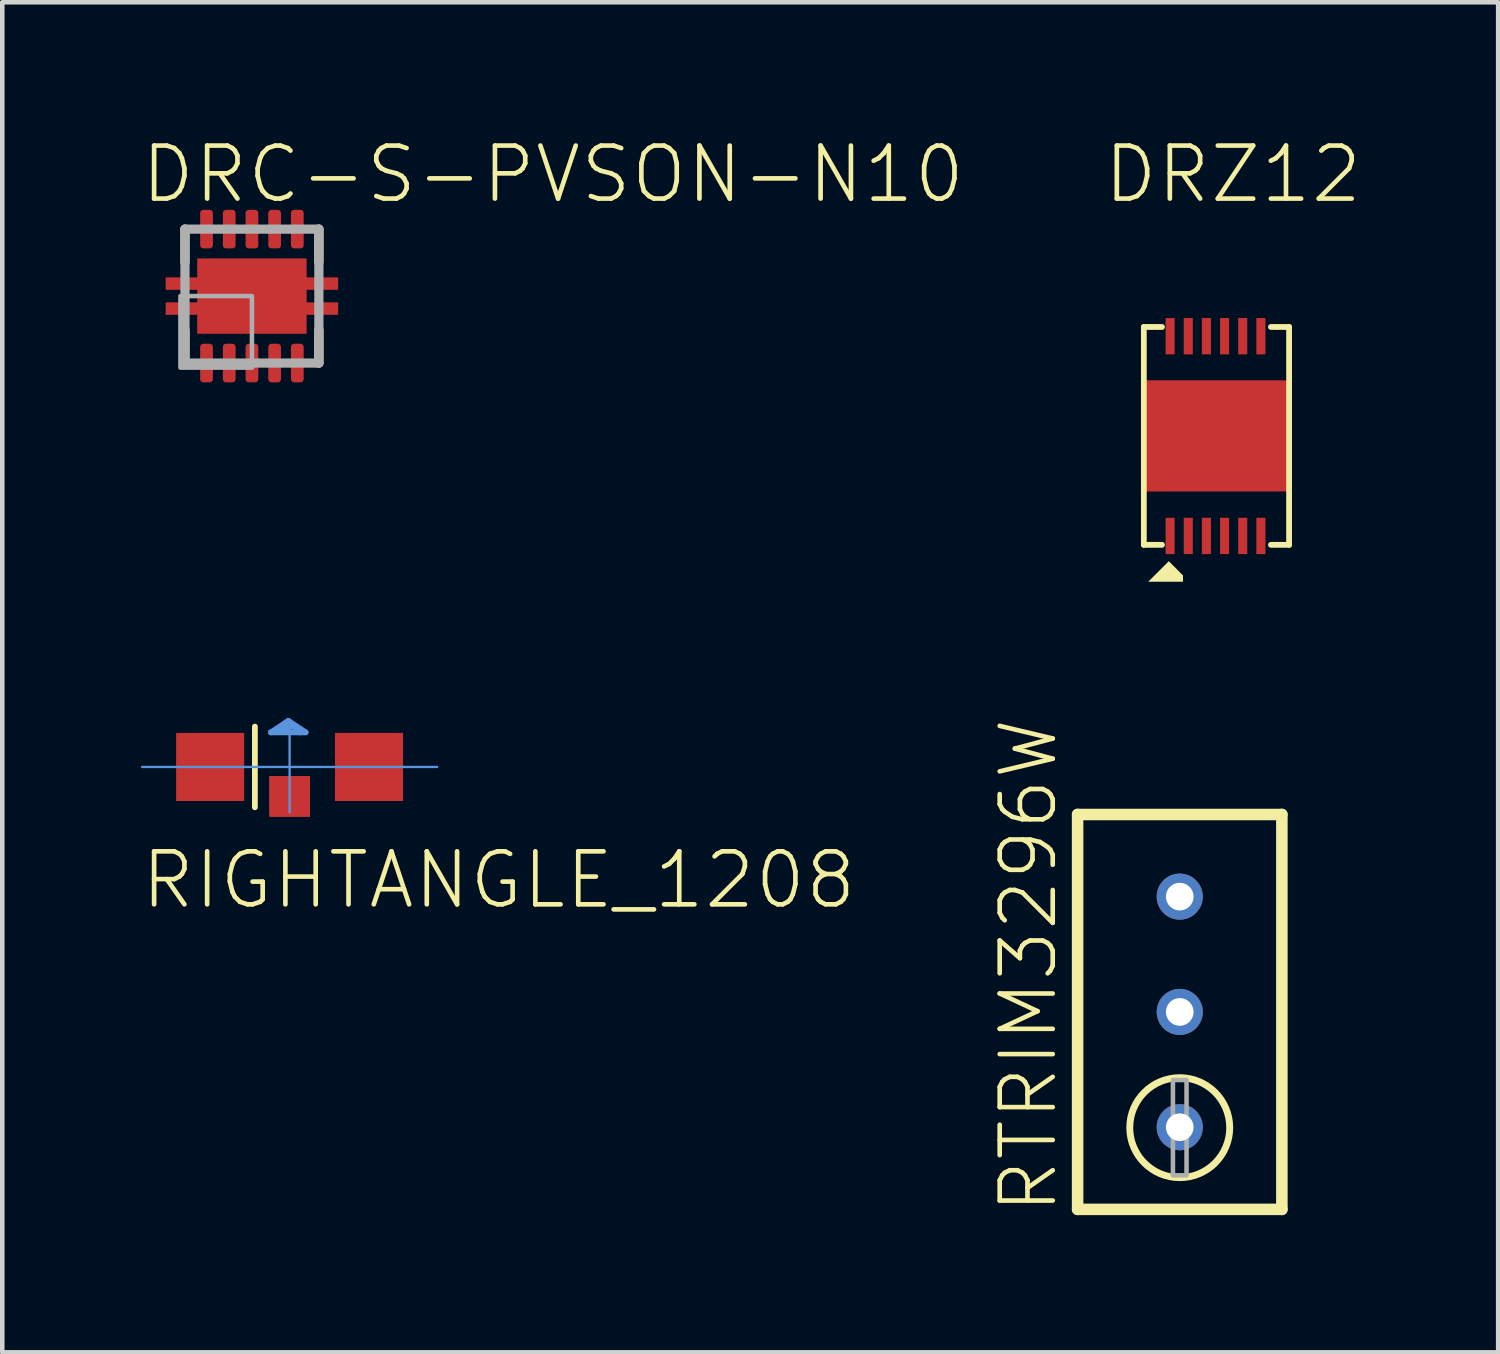
<source format=kicad_pcb>
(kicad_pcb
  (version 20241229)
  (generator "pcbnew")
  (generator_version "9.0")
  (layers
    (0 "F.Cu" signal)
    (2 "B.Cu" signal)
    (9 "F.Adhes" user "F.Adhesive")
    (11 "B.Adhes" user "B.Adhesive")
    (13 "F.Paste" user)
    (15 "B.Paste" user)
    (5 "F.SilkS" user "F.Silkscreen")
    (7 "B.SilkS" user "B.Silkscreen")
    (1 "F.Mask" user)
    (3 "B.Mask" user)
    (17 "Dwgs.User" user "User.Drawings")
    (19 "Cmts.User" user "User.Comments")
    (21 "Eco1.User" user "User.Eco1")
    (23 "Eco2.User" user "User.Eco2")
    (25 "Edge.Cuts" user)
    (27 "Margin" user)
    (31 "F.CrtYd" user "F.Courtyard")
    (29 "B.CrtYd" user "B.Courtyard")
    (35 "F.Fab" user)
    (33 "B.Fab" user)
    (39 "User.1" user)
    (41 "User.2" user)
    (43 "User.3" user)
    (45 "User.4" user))
  (footprint "RTRIM3296W"
    (layer "F.Cu")
    (at 22.94 19.243)
    (property "Reference" "RTRIM3296W" (at -2.65 4.5 90) (unlocked yes) (layer "F.SilkS") (effects (font (size 1.168 1.168) (thickness 0.102)) (justify left bottom)))
    (fp_line (start -2.25 -4.35) (end 2.25 -4.35) (stroke (width 0.254) (type solid)) (layer "F.SilkS"))
    (fp_line (start -2.25 4.35) (end -2.25 -4.35) (stroke (width 0.254) (type solid)) (layer "F.SilkS"))
    (fp_line (start 2.25 -4.35) (end 2.25 4.35) (stroke (width 0.254) (type solid)) (layer "F.SilkS"))
    (fp_line (start 2.25 4.35) (end -2.25 4.35) (stroke (width 0.254) (type solid)) (layer "F.SilkS"))
    (fp_circle (center 0 2.55) (end 1.101 2.55) (stroke (width 0.152) (type solid)) (fill no) (layer "F.SilkS"))
    (fp_poly (pts (xy -0.15 3.6) (xy 0.15 3.6) (xy 0.15 1.5) (xy -0.15 1.5)) (stroke (width 0.1) (type default)) (fill no) (layer "F.Fab"))
    (pad "1" thru_hole circle (at 0 2.54) (size 1.016 1.016) (drill 0.61) (layers "*.Cu" "*.Mask"))
    (pad "2" thru_hole circle (at 0 0) (size 1.016 1.016) (drill 0.61) (layers "*.Cu" "*.Mask"))
    (pad "3" thru_hole circle (at 0 -2.54) (size 1.016 1.016) (drill 0.61) (layers "*.Cu" "*.Mask")))
  (footprint "DRZ12"
    (layer "F.Cu")
    (at 23.749 6.553)
    (property "Reference" "DRZ12" (at -2.54 -5.08 0) (unlocked yes) (layer "F.SilkS") (effects (font (size 1.168 1.168) (thickness 0.102)) (justify left bottom)))
    (fp_line (start -1.6 -2.4) (end -1.6 2.4) (stroke (width 0.127) (type solid)) (layer "F.SilkS"))
    (fp_line (start -1.6 2.4) (end -1.2 2.4) (stroke (width 0.127) (type solid)) (layer "F.SilkS"))
    (fp_line (start -1.2 -2.4) (end -1.6 -2.4) (stroke (width 0.127) (type solid)) (layer "F.SilkS"))
    (fp_line (start 1.2 -2.4) (end 1.6 -2.4) (stroke (width 0.127) (type solid)) (layer "F.SilkS"))
    (fp_line (start 1.6 -2.4) (end 1.6 2.4) (stroke (width 0.127) (type solid)) (layer "F.SilkS"))
    (fp_line (start 1.6 2.4) (end 1.2 2.4) (stroke (width 0.127) (type solid)) (layer "F.SilkS"))
    (fp_poly (pts (xy -0.737 3.074) (xy -0.737 3.213) (xy -1.503 3.213) (xy -1.05 2.76)) (stroke (width 0) (type default)) (fill yes) (layer "F.SilkS"))
    (pad "1" smd rect (at -1.021 2.204 90) (size 0.8 0.2) (layers "F.Cu" "F.Mask" "F.Paste"))
    (pad "2" smd rect (at -0.621 2.204 90) (size 0.8 0.2) (layers "F.Cu" "F.Mask" "F.Paste"))
    (pad "3" smd rect (at -0.221 2.204 90) (size 0.8 0.2) (layers "F.Cu" "F.Mask" "F.Paste"))
    (pad "4" smd rect (at 0.179 2.204 90) (size 0.8 0.2) (layers "F.Cu" "F.Mask" "F.Paste"))
    (pad "5" smd rect (at 0.579 2.204 90) (size 0.8 0.2) (layers "F.Cu" "F.Mask" "F.Paste"))
    (pad "6" smd rect (at 0.979 2.204 90) (size 0.8 0.2) (layers "F.Cu" "F.Mask" "F.Paste"))
    (pad "7" smd rect (at 0.979 -2.196 90) (size 0.8 0.2) (layers "F.Cu" "F.Mask" "F.Paste"))
    (pad "8" smd rect (at 0.579 -2.196 90) (size 0.8 0.2) (layers "F.Cu" "F.Mask" "F.Paste"))
    (pad "9" smd rect (at 0.179 -2.196 90) (size 0.8 0.2) (layers "F.Cu" "F.Mask" "F.Paste"))
    (pad "10" smd rect (at -0.221 -2.196 90) (size 0.8 0.2) (layers "F.Cu" "F.Mask" "F.Paste"))
    (pad "11" smd rect (at -0.621 -2.196 90) (size 0.8 0.2) (layers "F.Cu" "F.Mask" "F.Paste"))
    (pad "12" smd rect (at -1.021 -2.196 90) (size 0.8 0.2) (layers "F.Cu" "F.Mask" "F.Paste"))
    (pad "P$1" smd rect (at 0 0) (size 3.2 2.45) (layers "F.Cu" "F.Mask" "F.Paste")))
  (footprint "RIGHTANGLE_1208"
    (layer "F.Cu")
    (at 3.327 13.846)
    (property "Reference" "RIGHTANGLE_1208" (at -3.327 3.175 0) (unlocked yes) (layer "F.SilkS") (effects (font (size 1.168 1.168) (thickness 0.102)) (justify left bottom)))
    (fp_line (start -0.762 -0.889) (end -0.762 0.889) (stroke (width 0.127) (type solid)) (layer "F.SilkS"))
    (fp_line (start -3.247 0) (end 3.253 0) (stroke (width 0.051) (type solid)) (layer "Cmts.User"))
    (fp_line (start -0.406 -0.762) (end -0.025 -0.889) (stroke (width 0.127) (type solid)) (layer "Cmts.User"))
    (fp_line (start -0.025 -1.016) (end -0.406 -0.762) (stroke (width 0.127) (type solid)) (layer "Cmts.User"))
    (fp_line (start -0.025 -1.016) (end 0.356 -0.762) (stroke (width 0.127) (type solid)) (layer "Cmts.User"))
    (fp_line (start -0.025 -0.889) (end 0.102 -0.889) (stroke (width 0.127) (type solid)) (layer "Cmts.User"))
    (fp_line (start 0.003 -1) (end 0.003 1) (stroke (width 0.051) (type solid)) (layer "Cmts.User"))
    (fp_line (start 0.229 -0.762) (end -0.406 -0.762) (stroke (width 0.127) (type solid)) (layer "Cmts.User"))
    (fp_line (start 0.229 -0.762) (end 0.102 -0.889) (stroke (width 0.127) (type solid)) (layer "Cmts.User"))
    (fp_line (start 0.356 -0.762) (end 0.229 -0.762) (stroke (width 0.127) (type solid)) (layer "Cmts.User"))
    (pad "ANODE" smd rect (at 1.753 0) (size 1.5 1.5) (layers "F.Cu" "F.Mask" "F.Paste"))
    (pad "CATHODE" smd rect (at -1.747 0) (size 1.5 1.5) (layers "F.Cu" "F.Mask" "F.Paste"))
    (pad "P$3" smd rect (at 0.003 0.65) (size 0.9 0.9) (layers "F.Cu" "F.Mask" "F.Paste")))
  (footprint "DRC-S-PVSON-N10"
    (layer "F.Cu")
    (at 2.5 3.473)
    (property "Reference" "DRC-S-PVSON-N10" (at -2.5 -2 0) (unlocked yes) (layer "F.SilkS") (effects (font (size 1.168 1.168) (thickness 0.102)) (justify left bottom)))
    (fp_poly (pts (xy 1.2 -0.412) (xy 1.9 -0.412) (xy 1.9 -0.138) (xy 1.2 -0.138) (xy 1.2 0.138) (xy 1.9 0.138) (xy 1.9 0.412) (xy 1.2 0.412) (xy 1.2 0.825) (xy -1.2 0.825) (xy -1.2 0.412) (xy -1.9 0.412) (xy -1.9 0.138) (xy -1.2 0.138) (xy -1.2 -0.138) (xy -1.9 -0.138) (xy -1.9 -0.412) (xy -1.2 -0.412) (xy -1.2 -0.825) (xy 1.2 -0.825)) (stroke (width 0) (type default)) (fill yes) (layer "F.Cu"))
    (fp_circle (center -1 -1.165) (end -0.912 -1.165) (stroke (width 0.175) (type solid)) (fill yes) (layer "F.Mask"))
    (fp_circle (center -1 1.165) (end -0.912 1.165) (stroke (width 0.175) (type solid)) (fill yes) (layer "F.Mask"))
    (fp_circle (center -0.5 -1.165) (end -0.412 -1.165) (stroke (width 0.175) (type solid)) (fill yes) (layer "F.Mask"))
    (fp_circle (center -0.5 1.165) (end -0.412 1.165) (stroke (width 0.175) (type solid)) (fill yes) (layer "F.Mask"))
    (fp_circle (center 0 -1.165) (end 0.088 -1.165) (stroke (width 0.175) (type solid)) (fill yes) (layer "F.Mask"))
    (fp_circle (center 0 1.165) (end 0.088 1.165) (stroke (width 0.175) (type solid)) (fill yes) (layer "F.Mask"))
    (fp_circle (center 0.5 -1.165) (end 0.588 -1.165) (stroke (width 0.175) (type solid)) (fill yes) (layer "F.Mask"))
    (fp_circle (center 0.5 1.165) (end 0.588 1.165) (stroke (width 0.175) (type solid)) (fill yes) (layer "F.Mask"))
    (fp_circle (center 1 -1.165) (end 1.088 -1.165) (stroke (width 0.175) (type solid)) (fill yes) (layer "F.Mask"))
    (fp_circle (center 1 1.165) (end 1.088 1.165) (stroke (width 0.175) (type solid)) (fill yes) (layer "F.Mask"))
    (fp_poly (pts (xy -1.925 -0.125) (xy -1.325 -0.125) (xy -1.325 -0.425) (xy -1.925 -0.425)) (stroke (width 0) (type default)) (fill yes) (layer "F.Mask"))
    (fp_poly (pts (xy -1.925 0.425) (xy -1.325 0.425) (xy -1.325 0.125) (xy -1.925 0.125)) (stroke (width 0) (type default)) (fill yes) (layer "F.Mask"))
    (fp_poly (pts (xy -1.225 0.85) (xy 1.225 0.85) (xy 1.225 -0.85) (xy -1.225 -0.85)) (stroke (width 0) (type default)) (fill yes) (layer "F.Mask"))
    (fp_poly (pts (xy -1.175 1.925) (xy -0.825 1.925) (xy -0.825 1.165) (xy -1.175 1.165)) (stroke (width 0) (type default)) (fill yes) (layer "F.Mask"))
    (fp_poly (pts (xy -0.825 -1.925) (xy -1.175 -1.925) (xy -1.175 -1.165) (xy -0.825 -1.165)) (stroke (width 0) (type default)) (fill yes) (layer "F.Mask"))
    (fp_poly (pts (xy -0.675 1.925) (xy -0.325 1.925) (xy -0.325 1.165) (xy -0.675 1.165)) (stroke (width 0) (type default)) (fill yes) (layer "F.Mask"))
    (fp_poly (pts (xy -0.325 -1.925) (xy -0.675 -1.925) (xy -0.675 -1.165) (xy -0.325 -1.165)) (stroke (width 0) (type default)) (fill yes) (layer "F.Mask"))
    (fp_poly (pts (xy -0.175 1.925) (xy 0.175 1.925) (xy 0.175 1.165) (xy -0.175 1.165)) (stroke (width 0) (type default)) (fill yes) (layer "F.Mask"))
    (fp_poly (pts (xy 0.175 -1.925) (xy -0.175 -1.925) (xy -0.175 -1.165) (xy 0.175 -1.165)) (stroke (width 0) (type default)) (fill yes) (layer "F.Mask"))
    (fp_poly (pts (xy 0.325 1.925) (xy 0.675 1.925) (xy 0.675 1.165) (xy 0.325 1.165)) (stroke (width 0) (type default)) (fill yes) (layer "F.Mask"))
    (fp_poly (pts (xy 0.675 -1.925) (xy 0.325 -1.925) (xy 0.325 -1.165) (xy 0.675 -1.165)) (stroke (width 0) (type default)) (fill yes) (layer "F.Mask"))
    (fp_poly (pts (xy 0.825 1.925) (xy 1.175 1.925) (xy 1.175 1.165) (xy 0.825 1.165)) (stroke (width 0) (type default)) (fill yes) (layer "F.Mask"))
    (fp_poly (pts (xy 1.175 -1.925) (xy 0.825 -1.925) (xy 0.825 -1.165) (xy 1.175 -1.165)) (stroke (width 0) (type default)) (fill yes) (layer "F.Mask"))
    (fp_poly (pts (xy 1.925 -0.425) (xy 1.325 -0.425) (xy 1.325 -0.125) (xy 1.925 -0.125)) (stroke (width 0) (type default)) (fill yes) (layer "F.Mask"))
    (fp_poly (pts (xy 1.925 0.125) (xy 1.325 0.125) (xy 1.325 0.425) (xy 1.925 0.425)) (stroke (width 0) (type default)) (fill yes) (layer "F.Mask"))
    (fp_line (start -1.475 -0.748) (end -1.475 -1.475) (stroke (width 0.203) (type solid)) (layer "F.SilkS"))
    (fp_line (start -1.475 1.475) (end -1.475 0.748) (stroke (width 0.203) (type solid)) (layer "F.SilkS"))
    (fp_line (start 1.475 -1.475) (end 1.475 -0.748) (stroke (width 0.203) (type solid)) (layer "F.SilkS"))
    (fp_line (start 1.475 0.748) (end 1.475 1.475) (stroke (width 0.203) (type solid)) (layer "F.SilkS"))
    (fp_circle (center -1 -1.165) (end -0.943 -1.165) (stroke (width 0.115) (type solid)) (fill yes) (layer "F.Paste"))
    (fp_circle (center -1 1.165) (end -0.943 1.165) (stroke (width 0.115) (type solid)) (fill yes) (layer "F.Paste"))
    (fp_circle (center -0.5 -1.165) (end -0.443 -1.165) (stroke (width 0.115) (type solid)) (fill yes) (layer "F.Paste"))
    (fp_circle (center -0.5 1.165) (end -0.443 1.165) (stroke (width 0.115) (type solid)) (fill yes) (layer "F.Paste"))
    (fp_circle (center 0 -1.165) (end 0.058 -1.165) (stroke (width 0.115) (type solid)) (fill yes) (layer "F.Paste"))
    (fp_circle (center 0 1.165) (end 0.058 1.165) (stroke (width 0.115) (type solid)) (fill yes) (layer "F.Paste"))
    (fp_circle (center 0.5 -1.165) (end 0.557 -1.165) (stroke (width 0.115) (type solid)) (fill yes) (layer "F.Paste"))
    (fp_circle (center 0.5 1.165) (end 0.557 1.165) (stroke (width 0.115) (type solid)) (fill yes) (layer "F.Paste"))
    (fp_circle (center 1 -1.165) (end 1.058 -1.165) (stroke (width 0.115) (type solid)) (fill yes) (layer "F.Paste"))
    (fp_circle (center 1 1.165) (end 1.058 1.165) (stroke (width 0.115) (type solid)) (fill yes) (layer "F.Paste"))
    (fp_poly (pts (xy -1.9 -0.15) (xy -1.325 -0.15) (xy -1.325 -0.4) (xy -1.9 -0.4)) (stroke (width 0) (type default)) (fill yes) (layer "F.Paste"))
    (fp_poly (pts (xy -1.9 0.4) (xy -1.325 0.4) (xy -1.325 0.15) (xy -1.9 0.15)) (stroke (width 0) (type default)) (fill yes) (layer "F.Paste"))
    (fp_poly (pts (xy -1.175 -0.15) (xy -0.15 -0.15) (xy -0.15 -0.8) (xy -1.175 -0.8)) (stroke (width 0) (type default)) (fill yes) (layer "F.Paste"))
    (fp_poly (pts (xy -1.175 0.8) (xy -0.15 0.8) (xy -0.15 0.15) (xy -1.175 0.15)) (stroke (width 0) (type default)) (fill yes) (layer "F.Paste"))
    (fp_poly (pts (xy -1.115 -1.85) (xy -1.115 -1.165) (xy -0.885 -1.165) (xy -0.885 -1.85)) (stroke (width 0) (type default)) (fill yes) (layer "F.Paste"))
    (fp_poly (pts (xy -0.885 1.85) (xy -0.885 1.165) (xy -1.115 1.165) (xy -1.115 1.85)) (stroke (width 0) (type default)) (fill yes) (layer "F.Paste"))
    (fp_poly (pts (xy -0.615 -1.85) (xy -0.615 -1.165) (xy -0.385 -1.165) (xy -0.385 -1.85)) (stroke (width 0) (type default)) (fill yes) (layer "F.Paste"))
    (fp_poly (pts (xy -0.385 1.85) (xy -0.385 1.165) (xy -0.615 1.165) (xy -0.615 1.85)) (stroke (width 0) (type default)) (fill yes) (layer "F.Paste"))
    (fp_poly (pts (xy -0.115 -1.85) (xy -0.115 -1.165) (xy 0.115 -1.165) (xy 0.115 -1.85)) (stroke (width 0) (type default)) (fill yes) (layer "F.Paste"))
    (fp_poly (pts (xy 0.115 1.85) (xy 0.115 1.165) (xy -0.115 1.165) (xy -0.115 1.85)) (stroke (width 0) (type default)) (fill yes) (layer "F.Paste"))
    (fp_poly (pts (xy 0.385 -1.85) (xy 0.385 -1.165) (xy 0.615 -1.165) (xy 0.615 -1.85)) (stroke (width 0) (type default)) (fill yes) (layer "F.Paste"))
    (fp_poly (pts (xy 0.615 1.85) (xy 0.615 1.165) (xy 0.385 1.165) (xy 0.385 1.85)) (stroke (width 0) (type default)) (fill yes) (layer "F.Paste"))
    (fp_poly (pts (xy 0.885 -1.85) (xy 0.885 -1.165) (xy 1.115 -1.165) (xy 1.115 -1.85)) (stroke (width 0) (type default)) (fill yes) (layer "F.Paste"))
    (fp_poly (pts (xy 1.115 1.85) (xy 1.115 1.165) (xy 0.885 1.165) (xy 0.885 1.85)) (stroke (width 0) (type default)) (fill yes) (layer "F.Paste"))
    (fp_poly (pts (xy 1.175 -0.8) (xy 0.15 -0.8) (xy 0.15 -0.15) (xy 1.175 -0.15)) (stroke (width 0) (type default)) (fill yes) (layer "F.Paste"))
    (fp_poly (pts (xy 1.175 0.15) (xy 0.15 0.15) (xy 0.15 0.8) (xy 1.175 0.8)) (stroke (width 0) (type default)) (fill yes) (layer "F.Paste"))
    (fp_poly (pts (xy 1.9 -0.4) (xy 1.325 -0.4) (xy 1.325 -0.15) (xy 1.9 -0.15)) (stroke (width 0) (type default)) (fill yes) (layer "F.Paste"))
    (fp_poly (pts (xy 1.9 0.15) (xy 1.325 0.15) (xy 1.325 0.4) (xy 1.9 0.4)) (stroke (width 0) (type default)) (fill yes) (layer "F.Paste"))
    (fp_line (start -1.475 -1.475) (end 1.475 -1.475) (stroke (width 0.203) (type solid)) (layer "F.Fab"))
    (fp_line (start -1.475 1.475) (end -1.475 -1.475) (stroke (width 0.203) (type solid)) (layer "F.Fab"))
    (fp_line (start 1.475 -1.475) (end 1.475 1.475) (stroke (width 0.203) (type solid)) (layer "F.Fab"))
    (fp_line (start 1.475 1.475) (end -1.475 1.475) (stroke (width 0.203) (type solid)) (layer "F.Fab"))
    (fp_poly (pts (xy -1.575 1.575) (xy 0 1.575) (xy 0 0) (xy -1.575 0)) (stroke (width 0.1) (type default)) (fill no) (layer "F.Fab"))
    (pad "1" smd roundrect (at -1 1.475 90) (size 0.85 0.28) (layers "F.Cu") (roundrect_rratio 0.25))
    (pad "2" smd roundrect (at -0.5 1.475 90) (size 0.85 0.28) (layers "F.Cu") (roundrect_rratio 0.25))
    (pad "3" smd roundrect (at 0 1.475 90) (size 0.85 0.28) (layers "F.Cu") (roundrect_rratio 0.25))
    (pad "4" smd roundrect (at 0.5 1.475 90) (size 0.85 0.28) (layers "F.Cu") (roundrect_rratio 0.25))
    (pad "5" smd roundrect (at 1 1.475 90) (size 0.85 0.28) (layers "F.Cu") (roundrect_rratio 0.25))
    (pad "6" smd roundrect (at 1 -1.475 270) (size 0.85 0.28) (layers "F.Cu") (roundrect_rratio 0.25))
    (pad "7" smd roundrect (at 0.5 -1.475 270) (size 0.85 0.28) (layers "F.Cu") (roundrect_rratio 0.25))
    (pad "8" smd roundrect (at 0 -1.475 270) (size 0.85 0.28) (layers "F.Cu") (roundrect_rratio 0.25))
    (pad "9" smd roundrect (at -0.5 -1.475 270) (size 0.85 0.28) (layers "F.Cu") (roundrect_rratio 0.25))
    (pad "10" smd roundrect (at -1 -1.475 270) (size 0.85 0.28) (layers "F.Cu") (roundrect_rratio 0.25))
    (pad "TH" smd rect (at 0 0) (size 2.4 1.65) (layers "F.Cu")))
  (gr_rect
    (start -3 -3)
    (end 29.955 26.743)
    (stroke (width 0.1) (type default))
    (fill no)
    (layer "Edge.Cuts")))
</source>
